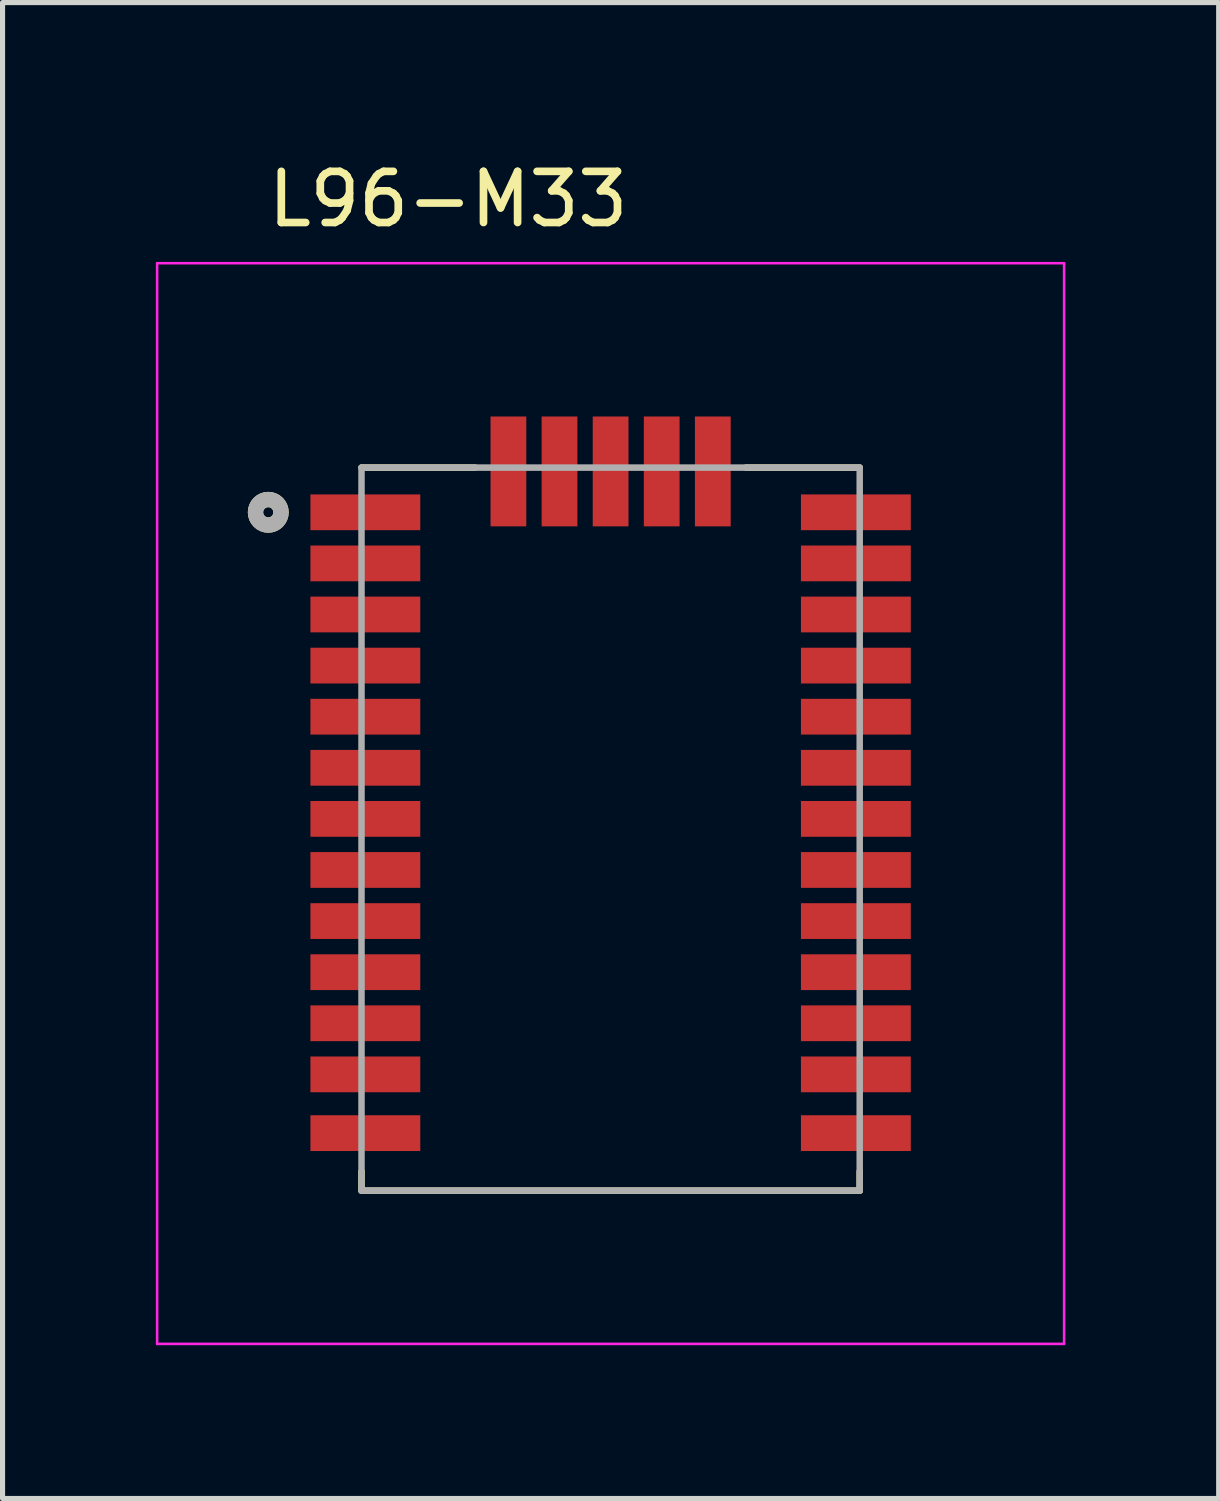
<source format=kicad_pcb>
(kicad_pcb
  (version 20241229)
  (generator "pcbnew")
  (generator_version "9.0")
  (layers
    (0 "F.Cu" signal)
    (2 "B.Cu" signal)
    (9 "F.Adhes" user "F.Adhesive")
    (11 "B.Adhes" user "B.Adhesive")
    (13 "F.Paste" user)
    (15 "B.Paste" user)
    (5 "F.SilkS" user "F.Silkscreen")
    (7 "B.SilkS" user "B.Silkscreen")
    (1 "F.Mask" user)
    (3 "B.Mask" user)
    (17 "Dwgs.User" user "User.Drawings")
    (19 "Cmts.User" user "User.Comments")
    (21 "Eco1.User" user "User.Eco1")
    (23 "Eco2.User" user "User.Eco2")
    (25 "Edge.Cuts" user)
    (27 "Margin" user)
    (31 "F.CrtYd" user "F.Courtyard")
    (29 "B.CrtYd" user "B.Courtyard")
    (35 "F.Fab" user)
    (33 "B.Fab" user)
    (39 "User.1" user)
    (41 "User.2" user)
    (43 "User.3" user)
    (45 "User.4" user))
  (footprint "L96-M33"
    (layer "F.Cu")
    (at 8.9 13.176)
    (property "Reference" "L96-M33" (at -3.179 -12.327 0) (layer "F.SilkS") (effects (font (size 1.001 1.001) (thickness 0.15))))
    (attr through_hole)
    (fp_line (start -4.875 -7.075) (end -2.65 -7.075) (stroke (width 0.127) (type solid)) (layer "F.SilkS"))
    (fp_line (start -4.875 6.7) (end -4.875 7.075) (stroke (width 0.127) (type solid)) (layer "F.SilkS"))
    (fp_line (start -4.875 7.075) (end 4.875 7.075) (stroke (width 0.127) (type solid)) (layer "F.SilkS"))
    (fp_line (start 2.65 -7.075) (end 4.875 -7.075) (stroke (width 0.127) (type solid)) (layer "F.SilkS"))
    (fp_line (start 4.875 7.075) (end 4.875 6.7) (stroke (width 0.127) (type solid)) (layer "F.SilkS"))
    (fp_circle (center -6.7 -6.2) (end -6.6 -6.2) (stroke (width 0.3) (type solid)) (fill no) (layer "F.SilkS"))
    (fp_poly (pts (xy -6.275 -6.55) (xy -3.825 -6.55) (xy -3.825 -5.85) (xy -6.275 -5.85)) (stroke (width 0.01) (type solid)) (fill yes) (layer "F.Paste"))
    (fp_poly (pts (xy -6.275 -5.55) (xy -3.825 -5.55) (xy -3.825 -4.85) (xy -6.275 -4.85)) (stroke (width 0.01) (type solid)) (fill yes) (layer "F.Paste"))
    (fp_poly (pts (xy -6.275 -4.55) (xy -3.825 -4.55) (xy -3.825 -3.85) (xy -6.275 -3.85)) (stroke (width 0.01) (type solid)) (fill yes) (layer "F.Paste"))
    (fp_poly (pts (xy -6.275 -3.55) (xy -3.825 -3.55) (xy -3.825 -2.85) (xy -6.275 -2.85)) (stroke (width 0.01) (type solid)) (fill yes) (layer "F.Paste"))
    (fp_poly (pts (xy -6.275 -2.55) (xy -3.825 -2.55) (xy -3.825 -1.85) (xy -6.275 -1.85)) (stroke (width 0.01) (type solid)) (fill yes) (layer "F.Paste"))
    (fp_poly (pts (xy -6.275 -1.55) (xy -3.825 -1.55) (xy -3.825 -0.85) (xy -6.275 -0.85)) (stroke (width 0.01) (type solid)) (fill yes) (layer "F.Paste"))
    (fp_poly (pts (xy -6.275 -0.55) (xy -3.825 -0.55) (xy -3.825 0.15) (xy -6.275 0.15)) (stroke (width 0.01) (type solid)) (fill yes) (layer "F.Paste"))
    (fp_poly (pts (xy -6.275 0.45) (xy -3.825 0.45) (xy -3.825 1.15) (xy -6.275 1.15)) (stroke (width 0.01) (type solid)) (fill yes) (layer "F.Paste"))
    (fp_poly (pts (xy -6.275 1.45) (xy -3.825 1.45) (xy -3.825 2.15) (xy -6.275 2.15)) (stroke (width 0.01) (type solid)) (fill yes) (layer "F.Paste"))
    (fp_poly (pts (xy -6.275 2.45) (xy -3.825 2.45) (xy -3.825 3.15) (xy -6.275 3.15)) (stroke (width 0.01) (type solid)) (fill yes) (layer "F.Paste"))
    (fp_poly (pts (xy -6.275 3.45) (xy -3.825 3.45) (xy -3.825 4.15) (xy -6.275 4.15)) (stroke (width 0.01) (type solid)) (fill yes) (layer "F.Paste"))
    (fp_poly (pts (xy -6.275 4.45) (xy -3.825 4.45) (xy -3.825 5.15) (xy -6.275 5.15)) (stroke (width 0.01) (type solid)) (fill yes) (layer "F.Paste"))
    (fp_poly (pts (xy -6.275 5.6) (xy -3.825 5.6) (xy -3.825 6.3) (xy -6.275 6.3)) (stroke (width 0.01) (type solid)) (fill yes) (layer "F.Paste"))
    (fp_poly (pts (xy -2.35 -8.475) (xy -1.65 -8.475) (xy -1.65 -6.025) (xy -2.35 -6.025)) (stroke (width 0.01) (type solid)) (fill yes) (layer "F.Paste"))
    (fp_poly (pts (xy -1.35 -8.475) (xy -0.65 -8.475) (xy -0.65 -6.025) (xy -1.35 -6.025)) (stroke (width 0.01) (type solid)) (fill yes) (layer "F.Paste"))
    (fp_poly (pts (xy -0.35 -8.475) (xy 0.35 -8.475) (xy 0.35 -6.025) (xy -0.35 -6.025)) (stroke (width 0.01) (type solid)) (fill yes) (layer "F.Paste"))
    (fp_poly (pts (xy 0.65 -8.475) (xy 1.35 -8.475) (xy 1.35 -6.025) (xy 0.65 -6.025)) (stroke (width 0.01) (type solid)) (fill yes) (layer "F.Paste"))
    (fp_poly (pts (xy 1.65 -8.475) (xy 2.35 -8.475) (xy 2.35 -6.025) (xy 1.65 -6.025)) (stroke (width 0.01) (type solid)) (fill yes) (layer "F.Paste"))
    (fp_poly (pts (xy 3.825 -6.55) (xy 6.275 -6.55) (xy 6.275 -5.85) (xy 3.825 -5.85)) (stroke (width 0.01) (type solid)) (fill yes) (layer "F.Paste"))
    (fp_poly (pts (xy 3.825 -5.55) (xy 6.275 -5.55) (xy 6.275 -4.85) (xy 3.825 -4.85)) (stroke (width 0.01) (type solid)) (fill yes) (layer "F.Paste"))
    (fp_poly (pts (xy 3.825 -4.55) (xy 6.275 -4.55) (xy 6.275 -3.85) (xy 3.825 -3.85)) (stroke (width 0.01) (type solid)) (fill yes) (layer "F.Paste"))
    (fp_poly (pts (xy 3.825 -3.55) (xy 6.275 -3.55) (xy 6.275 -2.85) (xy 3.825 -2.85)) (stroke (width 0.01) (type solid)) (fill yes) (layer "F.Paste"))
    (fp_poly (pts (xy 3.825 -2.55) (xy 6.275 -2.55) (xy 6.275 -1.85) (xy 3.825 -1.85)) (stroke (width 0.01) (type solid)) (fill yes) (layer "F.Paste"))
    (fp_poly (pts (xy 3.825 -1.55) (xy 6.275 -1.55) (xy 6.275 -0.85) (xy 3.825 -0.85)) (stroke (width 0.01) (type solid)) (fill yes) (layer "F.Paste"))
    (fp_poly (pts (xy 3.825 -0.55) (xy 6.275 -0.55) (xy 6.275 0.15) (xy 3.825 0.15)) (stroke (width 0.01) (type solid)) (fill yes) (layer "F.Paste"))
    (fp_poly (pts (xy 3.825 0.45) (xy 6.275 0.45) (xy 6.275 1.15) (xy 3.825 1.15)) (stroke (width 0.01) (type solid)) (fill yes) (layer "F.Paste"))
    (fp_poly (pts (xy 3.825 1.45) (xy 6.275 1.45) (xy 6.275 2.15) (xy 3.825 2.15)) (stroke (width 0.01) (type solid)) (fill yes) (layer "F.Paste"))
    (fp_poly (pts (xy 3.825 2.45) (xy 6.275 2.45) (xy 6.275 3.15) (xy 3.825 3.15)) (stroke (width 0.01) (type solid)) (fill yes) (layer "F.Paste"))
    (fp_poly (pts (xy 3.825 3.45) (xy 6.275 3.45) (xy 6.275 4.15) (xy 3.825 4.15)) (stroke (width 0.01) (type solid)) (fill yes) (layer "F.Paste"))
    (fp_poly (pts (xy 3.825 4.45) (xy 6.275 4.45) (xy 6.275 5.15) (xy 3.825 5.15)) (stroke (width 0.01) (type solid)) (fill yes) (layer "F.Paste"))
    (fp_poly (pts (xy 3.825 5.6) (xy 6.275 5.6) (xy 6.275 6.3) (xy 3.825 6.3)) (stroke (width 0.01) (type solid)) (fill yes) (layer "F.Paste"))
    (fp_line (start -8.875 -11.075) (end -8.875 10.075) (stroke (width 0.05) (type solid)) (layer "F.CrtYd"))
    (fp_line (start -8.875 10.075) (end 8.875 10.075) (stroke (width 0.05) (type solid)) (layer "F.CrtYd"))
    (fp_line (start 8.875 -11.075) (end -8.875 -11.075) (stroke (width 0.05) (type solid)) (layer "F.CrtYd"))
    (fp_line (start 8.875 10.075) (end 8.875 -11.075) (stroke (width 0.05) (type solid)) (layer "F.CrtYd"))
    (fp_line (start -4.875 -7.075) (end 4.875 -7.075) (stroke (width 0.127) (type solid)) (layer "F.Fab"))
    (fp_line (start -4.875 7.075) (end -4.875 -7.075) (stroke (width 0.127) (type solid)) (layer "F.Fab"))
    (fp_line (start 4.875 -7.075) (end 4.875 7.075) (stroke (width 0.127) (type solid)) (layer "F.Fab"))
    (fp_line (start 4.875 7.075) (end -4.875 7.075) (stroke (width 0.127) (type solid)) (layer "F.Fab"))
    (fp_circle (center -6.7 -6.2) (end -6.6 -6.2) (stroke (width 0.3) (type solid)) (fill no) (layer "F.Fab"))
    (pad "1" smd rect (at -4.8 -6.2) (size 2.15 0.7) (layers "F.Cu" "F.Mask"))
    (pad "2" smd rect (at -4.8 -5.2) (size 2.15 0.7) (layers "F.Cu" "F.Mask"))
    (pad "3" smd rect (at -4.8 -4.2) (size 2.15 0.7) (layers "F.Cu" "F.Mask"))
    (pad "4" smd rect (at -4.8 -3.2) (size 2.15 0.7) (layers "F.Cu" "F.Mask"))
    (pad "5" smd rect (at -4.8 -2.2) (size 2.15 0.7) (layers "F.Cu" "F.Mask"))
    (pad "6" smd rect (at -4.8 -1.2) (size 2.15 0.7) (layers "F.Cu" "F.Mask"))
    (pad "7" smd rect (at -4.8 -0.2) (size 2.15 0.7) (layers "F.Cu" "F.Mask"))
    (pad "8" smd rect (at -4.8 0.8) (size 2.15 0.7) (layers "F.Cu" "F.Mask"))
    (pad "9" smd rect (at -4.8 1.8) (size 2.15 0.7) (layers "F.Cu" "F.Mask"))
    (pad "10" smd rect (at -4.8 2.8) (size 2.15 0.7) (layers "F.Cu" "F.Mask"))
    (pad "11" smd rect (at -4.8 3.8) (size 2.15 0.7) (layers "F.Cu" "F.Mask"))
    (pad "12" smd rect (at -4.8 4.8) (size 2.15 0.7) (layers "F.Cu" "F.Mask"))
    (pad "13" smd rect (at -4.8 5.95) (size 2.15 0.7) (layers "F.Cu" "F.Mask"))
    (pad "14" smd rect (at 4.8 5.95) (size 2.15 0.7) (layers "F.Cu" "F.Mask"))
    (pad "15" smd rect (at 4.8 4.8) (size 2.15 0.7) (layers "F.Cu" "F.Mask"))
    (pad "16" smd rect (at 4.8 3.8) (size 2.15 0.7) (layers "F.Cu" "F.Mask"))
    (pad "17" smd rect (at 4.8 2.8) (size 2.15 0.7) (layers "F.Cu" "F.Mask"))
    (pad "18" smd rect (at 4.8 1.8) (size 2.15 0.7) (layers "F.Cu" "F.Mask"))
    (pad "19" smd rect (at 4.8 0.8) (size 2.15 0.7) (layers "F.Cu" "F.Mask"))
    (pad "20" smd rect (at 4.8 -0.2) (size 2.15 0.7) (layers "F.Cu" "F.Mask"))
    (pad "21" smd rect (at 4.8 -1.2) (size 2.15 0.7) (layers "F.Cu" "F.Mask"))
    (pad "22" smd rect (at 4.8 -2.2) (size 2.15 0.7) (layers "F.Cu" "F.Mask"))
    (pad "23" smd rect (at 4.8 -3.2) (size 2.15 0.7) (layers "F.Cu" "F.Mask"))
    (pad "24" smd rect (at 4.8 -4.2) (size 2.15 0.7) (layers "F.Cu" "F.Mask"))
    (pad "25" smd rect (at 4.8 -5.2) (size 2.15 0.7) (layers "F.Cu" "F.Mask"))
    (pad "26" smd rect (at 4.8 -6.2) (size 2.15 0.7) (layers "F.Cu" "F.Mask"))
    (pad "27" smd rect (at 2 -7) (size 0.7 2.15) (layers "F.Cu" "F.Mask"))
    (pad "28" smd rect (at 1 -7) (size 0.7 2.15) (layers "F.Cu" "F.Mask"))
    (pad "29" smd rect (at 0 -7) (size 0.7 2.15) (layers "F.Cu" "F.Mask"))
    (pad "30" smd rect (at -1 -7) (size 0.7 2.15) (layers "F.Cu" "F.Mask"))
    (pad "31" smd rect (at -2 -7) (size 0.7 2.15) (layers "F.Cu" "F.Mask")))
  (gr_rect
    (start -3 -3)
    (end 20.8 26.276)
    (stroke (width 0.1) (type default))
    (fill no)
    (layer "Edge.Cuts")))
</source>
